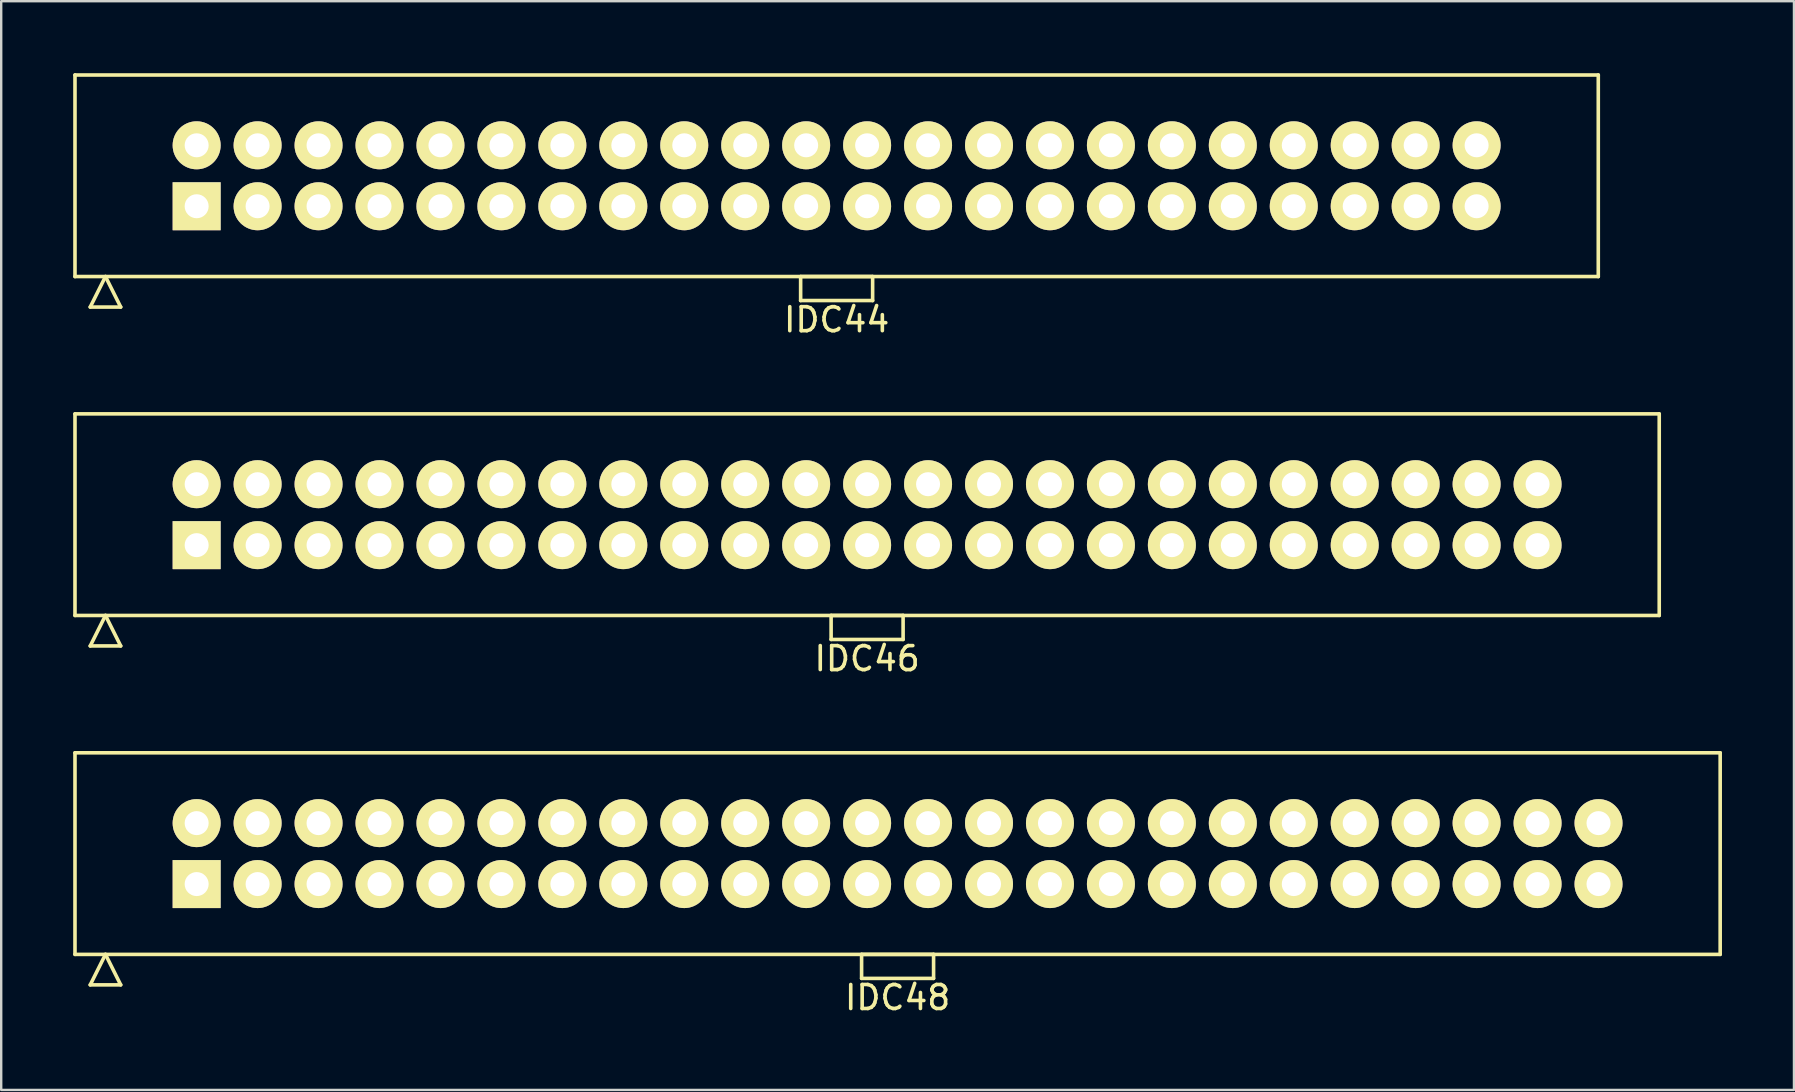
<source format=kicad_pcb>
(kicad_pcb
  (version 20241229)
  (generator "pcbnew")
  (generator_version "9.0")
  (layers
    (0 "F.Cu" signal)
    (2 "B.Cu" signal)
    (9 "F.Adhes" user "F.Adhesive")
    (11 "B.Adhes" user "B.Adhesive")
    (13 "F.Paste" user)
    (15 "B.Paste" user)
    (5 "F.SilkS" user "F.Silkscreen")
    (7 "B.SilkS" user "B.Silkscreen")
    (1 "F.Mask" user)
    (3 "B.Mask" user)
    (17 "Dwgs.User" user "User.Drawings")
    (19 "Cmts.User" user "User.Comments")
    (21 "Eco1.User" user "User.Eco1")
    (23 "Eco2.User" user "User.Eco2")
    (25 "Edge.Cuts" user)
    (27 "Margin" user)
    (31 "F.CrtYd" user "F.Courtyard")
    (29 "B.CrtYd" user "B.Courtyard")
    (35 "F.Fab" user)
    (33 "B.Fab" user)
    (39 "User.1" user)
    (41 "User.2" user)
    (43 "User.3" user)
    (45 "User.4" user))
  (footprint "IDC46"
    (layer "F.Cu")
    (at 33.085 18.398)
    (property "Reference" "IDC46" (at 0 6 0) (layer "F.SilkS") (effects (font (size 1 1) (thickness 0.15))))
    (attr through_hole)
    (fp_line (start -33.01 -4.2) (end -33.01 4.2) (stroke (width 0.15) (type solid)) (layer "F.SilkS"))
    (fp_line (start -33.01 4.2) (end 33.01 4.2) (stroke (width 0.15) (type solid)) (layer "F.SilkS"))
    (fp_line (start -32.375 5.47) (end -31.74 4.2) (stroke (width 0.15) (type solid)) (layer "F.SilkS"))
    (fp_line (start -32.375 5.47) (end -31.105 5.47) (stroke (width 0.15) (type solid)) (layer "F.SilkS"))
    (fp_line (start -31.105 5.47) (end -31.74 4.2) (stroke (width 0.15) (type solid)) (layer "F.SilkS"))
    (fp_line (start -1.5 4.2) (end -1.5 5.2) (stroke (width 0.15) (type solid)) (layer "F.SilkS"))
    (fp_line (start -1.5 5.2) (end 1.5 5.2) (stroke (width 0.15) (type solid)) (layer "F.SilkS"))
    (fp_line (start 1.5 4.2) (end -1.5 4.2) (stroke (width 0.15) (type solid)) (layer "F.SilkS"))
    (fp_line (start 1.5 5.2) (end 1.5 4.2) (stroke (width 0.15) (type solid)) (layer "F.SilkS"))
    (fp_line (start 33.01 -4.2) (end -33.01 -4.2) (stroke (width 0.15) (type solid)) (layer "F.SilkS"))
    (fp_line (start 33.01 4.2) (end 33.01 -4.2) (stroke (width 0.15) (type solid)) (layer "F.SilkS"))
    (pad "1" thru_hole rect (at -27.94 1.27) (size 2 2) (drill 1) (layers "*.Cu" "*.Mask" "F.SilkS"))
    (pad "2" thru_hole circle (at -27.94 -1.27) (size 2 2) (drill 1) (layers "*.Cu" "*.Mask" "F.SilkS"))
    (pad "3" thru_hole circle (at -25.4 1.27) (size 2 2) (drill 1) (layers "*.Cu" "*.Mask" "F.SilkS"))
    (pad "4" thru_hole circle (at -25.4 -1.27) (size 2 2) (drill 1) (layers "*.Cu" "*.Mask" "F.SilkS"))
    (pad "5" thru_hole circle (at -22.86 1.27) (size 2 2) (drill 1) (layers "*.Cu" "*.Mask" "F.SilkS"))
    (pad "6" thru_hole circle (at -22.86 -1.27) (size 2 2) (drill 1) (layers "*.Cu" "*.Mask" "F.SilkS"))
    (pad "7" thru_hole circle (at -20.32 1.27) (size 2 2) (drill 1) (layers "*.Cu" "*.Mask" "F.SilkS"))
    (pad "8" thru_hole circle (at -20.32 -1.27) (size 2 2) (drill 1) (layers "*.Cu" "*.Mask" "F.SilkS"))
    (pad "9" thru_hole circle (at -17.78 1.27) (size 2 2) (drill 1) (layers "*.Cu" "*.Mask" "F.SilkS"))
    (pad "10" thru_hole circle (at -17.78 -1.27) (size 2 2) (drill 1) (layers "*.Cu" "*.Mask" "F.SilkS"))
    (pad "11" thru_hole circle (at -15.24 1.27) (size 2 2) (drill 1) (layers "*.Cu" "*.Mask" "F.SilkS"))
    (pad "12" thru_hole circle (at -15.24 -1.27) (size 2 2) (drill 1) (layers "*.Cu" "*.Mask" "F.SilkS"))
    (pad "13" thru_hole circle (at -12.7 1.27) (size 2 2) (drill 1) (layers "*.Cu" "*.Mask" "F.SilkS"))
    (pad "14" thru_hole circle (at -12.7 -1.27) (size 2 2) (drill 1) (layers "*.Cu" "*.Mask" "F.SilkS"))
    (pad "15" thru_hole circle (at -10.16 1.27) (size 2 2) (drill 1) (layers "*.Cu" "*.Mask" "F.SilkS"))
    (pad "16" thru_hole circle (at -10.16 -1.27) (size 2 2) (drill 1) (layers "*.Cu" "*.Mask" "F.SilkS"))
    (pad "17" thru_hole circle (at -7.62 1.27) (size 2 2) (drill 1) (layers "*.Cu" "*.Mask" "F.SilkS"))
    (pad "18" thru_hole circle (at -7.62 -1.27) (size 2 2) (drill 1) (layers "*.Cu" "*.Mask" "F.SilkS"))
    (pad "19" thru_hole circle (at -5.08 1.27) (size 2 2) (drill 1) (layers "*.Cu" "*.Mask" "F.SilkS"))
    (pad "20" thru_hole circle (at -5.08 -1.27) (size 2 2) (drill 1) (layers "*.Cu" "*.Mask" "F.SilkS"))
    (pad "21" thru_hole circle (at -2.54 1.27) (size 2 2) (drill 1) (layers "*.Cu" "*.Mask" "F.SilkS"))
    (pad "22" thru_hole circle (at -2.54 -1.27) (size 2 2) (drill 1) (layers "*.Cu" "*.Mask" "F.SilkS"))
    (pad "23" thru_hole circle (at 0 1.27) (size 2 2) (drill 1) (layers "*.Cu" "*.Mask" "F.SilkS"))
    (pad "24" thru_hole circle (at 0 -1.27) (size 2 2) (drill 1) (layers "*.Cu" "*.Mask" "F.SilkS"))
    (pad "25" thru_hole circle (at 2.54 1.27) (size 2 2) (drill 1) (layers "*.Cu" "*.Mask" "F.SilkS"))
    (pad "26" thru_hole circle (at 2.54 -1.27) (size 2 2) (drill 1) (layers "*.Cu" "*.Mask" "F.SilkS"))
    (pad "27" thru_hole circle (at 5.08 1.27) (size 2 2) (drill 1) (layers "*.Cu" "*.Mask" "F.SilkS"))
    (pad "28" thru_hole circle (at 5.08 -1.27) (size 2 2) (drill 1) (layers "*.Cu" "*.Mask" "F.SilkS"))
    (pad "29" thru_hole circle (at 7.62 1.27) (size 2 2) (drill 1) (layers "*.Cu" "*.Mask" "F.SilkS"))
    (pad "30" thru_hole circle (at 7.62 -1.27) (size 2 2) (drill 1) (layers "*.Cu" "*.Mask" "F.SilkS"))
    (pad "31" thru_hole circle (at 10.16 1.27) (size 2 2) (drill 1) (layers "*.Cu" "*.Mask" "F.SilkS"))
    (pad "32" thru_hole circle (at 10.16 -1.27) (size 2 2) (drill 1) (layers "*.Cu" "*.Mask" "F.SilkS"))
    (pad "33" thru_hole circle (at 12.7 1.27) (size 2 2) (drill 1) (layers "*.Cu" "*.Mask" "F.SilkS"))
    (pad "34" thru_hole circle (at 12.7 -1.27) (size 2 2) (drill 1) (layers "*.Cu" "*.Mask" "F.SilkS"))
    (pad "35" thru_hole circle (at 15.24 1.27) (size 2 2) (drill 1) (layers "*.Cu" "*.Mask" "F.SilkS"))
    (pad "36" thru_hole circle (at 15.24 -1.27) (size 2 2) (drill 1) (layers "*.Cu" "*.Mask" "F.SilkS"))
    (pad "37" thru_hole circle (at 17.78 1.27) (size 2 2) (drill 1) (layers "*.Cu" "*.Mask" "F.SilkS"))
    (pad "38" thru_hole circle (at 17.78 -1.27) (size 2 2) (drill 1) (layers "*.Cu" "*.Mask" "F.SilkS"))
    (pad "39" thru_hole circle (at 20.32 1.27) (size 2 2) (drill 1) (layers "*.Cu" "*.Mask" "F.SilkS"))
    (pad "40" thru_hole circle (at 20.32 -1.27) (size 2 2) (drill 1) (layers "*.Cu" "*.Mask" "F.SilkS"))
    (pad "41" thru_hole circle (at 22.86 1.27) (size 2 2) (drill 1) (layers "*.Cu" "*.Mask" "F.SilkS"))
    (pad "42" thru_hole circle (at 22.86 -1.27) (size 2 2) (drill 1) (layers "*.Cu" "*.Mask" "F.SilkS"))
    (pad "43" thru_hole circle (at 25.4 1.27) (size 2 2) (drill 1) (layers "*.Cu" "*.Mask" "F.SilkS"))
    (pad "44" thru_hole circle (at 25.4 -1.27) (size 2 2) (drill 1) (layers "*.Cu" "*.Mask" "F.SilkS"))
    (pad "45" thru_hole circle (at 27.94 1.27) (size 2 2) (drill 1) (layers "*.Cu" "*.Mask" "F.SilkS"))
    (pad "46" thru_hole circle (at 27.94 -1.27) (size 2 2) (drill 1) (layers "*.Cu" "*.Mask" "F.SilkS")))
  (footprint "IDC48"
    (layer "F.Cu")
    (at 34.355 32.522)
    (property "Reference" "IDC48" (at 0 6 0) (layer "F.SilkS") (effects (font (size 1 1) (thickness 0.15))))
    (attr through_hole)
    (fp_line (start -34.28 -4.2) (end -34.28 4.2) (stroke (width 0.15) (type solid)) (layer "F.SilkS"))
    (fp_line (start -34.28 4.2) (end 34.28 4.2) (stroke (width 0.15) (type solid)) (layer "F.SilkS"))
    (fp_line (start -33.645 5.47) (end -33.01 4.2) (stroke (width 0.15) (type solid)) (layer "F.SilkS"))
    (fp_line (start -33.645 5.47) (end -32.375 5.47) (stroke (width 0.15) (type solid)) (layer "F.SilkS"))
    (fp_line (start -32.375 5.47) (end -33.01 4.2) (stroke (width 0.15) (type solid)) (layer "F.SilkS"))
    (fp_line (start -1.5 4.2) (end -1.5 5.2) (stroke (width 0.15) (type solid)) (layer "F.SilkS"))
    (fp_line (start -1.5 5.2) (end 1.5 5.2) (stroke (width 0.15) (type solid)) (layer "F.SilkS"))
    (fp_line (start 1.5 4.2) (end -1.5 4.2) (stroke (width 0.15) (type solid)) (layer "F.SilkS"))
    (fp_line (start 1.5 5.2) (end 1.5 4.2) (stroke (width 0.15) (type solid)) (layer "F.SilkS"))
    (fp_line (start 34.28 -4.2) (end -34.28 -4.2) (stroke (width 0.15) (type solid)) (layer "F.SilkS"))
    (fp_line (start 34.28 4.2) (end 34.28 -4.2) (stroke (width 0.15) (type solid)) (layer "F.SilkS"))
    (pad "1" thru_hole rect (at -29.21 1.27) (size 2 2) (drill 1) (layers "*.Cu" "*.Mask" "F.SilkS"))
    (pad "2" thru_hole circle (at -29.21 -1.27) (size 2 2) (drill 1) (layers "*.Cu" "*.Mask" "F.SilkS"))
    (pad "3" thru_hole circle (at -26.67 1.27) (size 2 2) (drill 1) (layers "*.Cu" "*.Mask" "F.SilkS"))
    (pad "4" thru_hole circle (at -26.67 -1.27) (size 2 2) (drill 1) (layers "*.Cu" "*.Mask" "F.SilkS"))
    (pad "5" thru_hole circle (at -24.13 1.27) (size 2 2) (drill 1) (layers "*.Cu" "*.Mask" "F.SilkS"))
    (pad "6" thru_hole circle (at -24.13 -1.27) (size 2 2) (drill 1) (layers "*.Cu" "*.Mask" "F.SilkS"))
    (pad "7" thru_hole circle (at -21.59 1.27) (size 2 2) (drill 1) (layers "*.Cu" "*.Mask" "F.SilkS"))
    (pad "8" thru_hole circle (at -21.59 -1.27) (size 2 2) (drill 1) (layers "*.Cu" "*.Mask" "F.SilkS"))
    (pad "9" thru_hole circle (at -19.05 1.27) (size 2 2) (drill 1) (layers "*.Cu" "*.Mask" "F.SilkS"))
    (pad "10" thru_hole circle (at -19.05 -1.27) (size 2 2) (drill 1) (layers "*.Cu" "*.Mask" "F.SilkS"))
    (pad "11" thru_hole circle (at -16.51 1.27) (size 2 2) (drill 1) (layers "*.Cu" "*.Mask" "F.SilkS"))
    (pad "12" thru_hole circle (at -16.51 -1.27) (size 2 2) (drill 1) (layers "*.Cu" "*.Mask" "F.SilkS"))
    (pad "13" thru_hole circle (at -13.97 1.27) (size 2 2) (drill 1) (layers "*.Cu" "*.Mask" "F.SilkS"))
    (pad "14" thru_hole circle (at -13.97 -1.27) (size 2 2) (drill 1) (layers "*.Cu" "*.Mask" "F.SilkS"))
    (pad "15" thru_hole circle (at -11.43 1.27) (size 2 2) (drill 1) (layers "*.Cu" "*.Mask" "F.SilkS"))
    (pad "16" thru_hole circle (at -11.43 -1.27) (size 2 2) (drill 1) (layers "*.Cu" "*.Mask" "F.SilkS"))
    (pad "17" thru_hole circle (at -8.89 1.27) (size 2 2) (drill 1) (layers "*.Cu" "*.Mask" "F.SilkS"))
    (pad "18" thru_hole circle (at -8.89 -1.27) (size 2 2) (drill 1) (layers "*.Cu" "*.Mask" "F.SilkS"))
    (pad "19" thru_hole circle (at -6.35 1.27) (size 2 2) (drill 1) (layers "*.Cu" "*.Mask" "F.SilkS"))
    (pad "20" thru_hole circle (at -6.35 -1.27) (size 2 2) (drill 1) (layers "*.Cu" "*.Mask" "F.SilkS"))
    (pad "21" thru_hole circle (at -3.81 1.27) (size 2 2) (drill 1) (layers "*.Cu" "*.Mask" "F.SilkS"))
    (pad "22" thru_hole circle (at -3.81 -1.27) (size 2 2) (drill 1) (layers "*.Cu" "*.Mask" "F.SilkS"))
    (pad "23" thru_hole circle (at -1.27 1.27) (size 2 2) (drill 1) (layers "*.Cu" "*.Mask" "F.SilkS"))
    (pad "24" thru_hole circle (at -1.27 -1.27) (size 2 2) (drill 1) (layers "*.Cu" "*.Mask" "F.SilkS"))
    (pad "25" thru_hole circle (at 1.27 1.27) (size 2 2) (drill 1) (layers "*.Cu" "*.Mask" "F.SilkS"))
    (pad "26" thru_hole circle (at 1.27 -1.27) (size 2 2) (drill 1) (layers "*.Cu" "*.Mask" "F.SilkS"))
    (pad "27" thru_hole circle (at 3.81 1.27) (size 2 2) (drill 1) (layers "*.Cu" "*.Mask" "F.SilkS"))
    (pad "28" thru_hole circle (at 3.81 -1.27) (size 2 2) (drill 1) (layers "*.Cu" "*.Mask" "F.SilkS"))
    (pad "29" thru_hole circle (at 6.35 1.27) (size 2 2) (drill 1) (layers "*.Cu" "*.Mask" "F.SilkS"))
    (pad "30" thru_hole circle (at 6.35 -1.27) (size 2 2) (drill 1) (layers "*.Cu" "*.Mask" "F.SilkS"))
    (pad "31" thru_hole circle (at 8.89 1.27) (size 2 2) (drill 1) (layers "*.Cu" "*.Mask" "F.SilkS"))
    (pad "32" thru_hole circle (at 8.89 -1.27) (size 2 2) (drill 1) (layers "*.Cu" "*.Mask" "F.SilkS"))
    (pad "33" thru_hole circle (at 11.43 1.27) (size 2 2) (drill 1) (layers "*.Cu" "*.Mask" "F.SilkS"))
    (pad "34" thru_hole circle (at 11.43 -1.27) (size 2 2) (drill 1) (layers "*.Cu" "*.Mask" "F.SilkS"))
    (pad "35" thru_hole circle (at 13.97 1.27) (size 2 2) (drill 1) (layers "*.Cu" "*.Mask" "F.SilkS"))
    (pad "36" thru_hole circle (at 13.97 -1.27) (size 2 2) (drill 1) (layers "*.Cu" "*.Mask" "F.SilkS"))
    (pad "37" thru_hole circle (at 16.51 1.27) (size 2 2) (drill 1) (layers "*.Cu" "*.Mask" "F.SilkS"))
    (pad "38" thru_hole circle (at 16.51 -1.27) (size 2 2) (drill 1) (layers "*.Cu" "*.Mask" "F.SilkS"))
    (pad "39" thru_hole circle (at 19.05 1.27) (size 2 2) (drill 1) (layers "*.Cu" "*.Mask" "F.SilkS"))
    (pad "40" thru_hole circle (at 19.05 -1.27) (size 2 2) (drill 1) (layers "*.Cu" "*.Mask" "F.SilkS"))
    (pad "41" thru_hole circle (at 21.59 1.27) (size 2 2) (drill 1) (layers "*.Cu" "*.Mask" "F.SilkS"))
    (pad "42" thru_hole circle (at 21.59 -1.27) (size 2 2) (drill 1) (layers "*.Cu" "*.Mask" "F.SilkS"))
    (pad "43" thru_hole circle (at 24.13 1.27) (size 2 2) (drill 1) (layers "*.Cu" "*.Mask" "F.SilkS"))
    (pad "44" thru_hole circle (at 24.13 -1.27) (size 2 2) (drill 1) (layers "*.Cu" "*.Mask" "F.SilkS"))
    (pad "45" thru_hole circle (at 26.67 1.27) (size 2 2) (drill 1) (layers "*.Cu" "*.Mask" "F.SilkS"))
    (pad "46" thru_hole circle (at 26.67 -1.27) (size 2 2) (drill 1) (layers "*.Cu" "*.Mask" "F.SilkS"))
    (pad "47" thru_hole circle (at 29.21 1.27) (size 2 2) (drill 1) (layers "*.Cu" "*.Mask" "F.SilkS"))
    (pad "48" thru_hole circle (at 29.21 -1.27) (size 2 2) (drill 1) (layers "*.Cu" "*.Mask" "F.SilkS")))
  (footprint "IDC44"
    (layer "F.Cu")
    (at 31.815 4.275)
    (property "Reference" "IDC44" (at 0 6 0) (layer "F.SilkS") (effects (font (size 1 1) (thickness 0.15))))
    (attr through_hole)
    (fp_line (start -31.74 -4.2) (end -31.74 4.2) (stroke (width 0.15) (type solid)) (layer "F.SilkS"))
    (fp_line (start -31.74 4.2) (end 31.74 4.2) (stroke (width 0.15) (type solid)) (layer "F.SilkS"))
    (fp_line (start -31.105 5.47) (end -30.47 4.2) (stroke (width 0.15) (type solid)) (layer "F.SilkS"))
    (fp_line (start -31.105 5.47) (end -29.835 5.47) (stroke (width 0.15) (type solid)) (layer "F.SilkS"))
    (fp_line (start -29.835 5.47) (end -30.47 4.2) (stroke (width 0.15) (type solid)) (layer "F.SilkS"))
    (fp_line (start -1.5 4.2) (end -1.5 5.2) (stroke (width 0.15) (type solid)) (layer "F.SilkS"))
    (fp_line (start -1.5 5.2) (end 1.5 5.2) (stroke (width 0.15) (type solid)) (layer "F.SilkS"))
    (fp_line (start 1.5 4.2) (end -1.5 4.2) (stroke (width 0.15) (type solid)) (layer "F.SilkS"))
    (fp_line (start 1.5 5.2) (end 1.5 4.2) (stroke (width 0.15) (type solid)) (layer "F.SilkS"))
    (fp_line (start 31.74 -4.2) (end -31.74 -4.2) (stroke (width 0.15) (type solid)) (layer "F.SilkS"))
    (fp_line (start 31.74 4.2) (end 31.74 -4.2) (stroke (width 0.15) (type solid)) (layer "F.SilkS"))
    (pad "1" thru_hole rect (at -26.67 1.27) (size 2 2) (drill 1) (layers "*.Cu" "*.Mask" "F.SilkS"))
    (pad "2" thru_hole circle (at -26.67 -1.27) (size 2 2) (drill 1) (layers "*.Cu" "*.Mask" "F.SilkS"))
    (pad "3" thru_hole circle (at -24.13 1.27) (size 2 2) (drill 1) (layers "*.Cu" "*.Mask" "F.SilkS"))
    (pad "4" thru_hole circle (at -24.13 -1.27) (size 2 2) (drill 1) (layers "*.Cu" "*.Mask" "F.SilkS"))
    (pad "5" thru_hole circle (at -21.59 1.27) (size 2 2) (drill 1) (layers "*.Cu" "*.Mask" "F.SilkS"))
    (pad "6" thru_hole circle (at -21.59 -1.27) (size 2 2) (drill 1) (layers "*.Cu" "*.Mask" "F.SilkS"))
    (pad "7" thru_hole circle (at -19.05 1.27) (size 2 2) (drill 1) (layers "*.Cu" "*.Mask" "F.SilkS"))
    (pad "8" thru_hole circle (at -19.05 -1.27) (size 2 2) (drill 1) (layers "*.Cu" "*.Mask" "F.SilkS"))
    (pad "9" thru_hole circle (at -16.51 1.27) (size 2 2) (drill 1) (layers "*.Cu" "*.Mask" "F.SilkS"))
    (pad "10" thru_hole circle (at -16.51 -1.27) (size 2 2) (drill 1) (layers "*.Cu" "*.Mask" "F.SilkS"))
    (pad "11" thru_hole circle (at -13.97 1.27) (size 2 2) (drill 1) (layers "*.Cu" "*.Mask" "F.SilkS"))
    (pad "12" thru_hole circle (at -13.97 -1.27) (size 2 2) (drill 1) (layers "*.Cu" "*.Mask" "F.SilkS"))
    (pad "13" thru_hole circle (at -11.43 1.27) (size 2 2) (drill 1) (layers "*.Cu" "*.Mask" "F.SilkS"))
    (pad "14" thru_hole circle (at -11.43 -1.27) (size 2 2) (drill 1) (layers "*.Cu" "*.Mask" "F.SilkS"))
    (pad "15" thru_hole circle (at -8.89 1.27) (size 2 2) (drill 1) (layers "*.Cu" "*.Mask" "F.SilkS"))
    (pad "16" thru_hole circle (at -8.89 -1.27) (size 2 2) (drill 1) (layers "*.Cu" "*.Mask" "F.SilkS"))
    (pad "17" thru_hole circle (at -6.35 1.27) (size 2 2) (drill 1) (layers "*.Cu" "*.Mask" "F.SilkS"))
    (pad "18" thru_hole circle (at -6.35 -1.27) (size 2 2) (drill 1) (layers "*.Cu" "*.Mask" "F.SilkS"))
    (pad "19" thru_hole circle (at -3.81 1.27) (size 2 2) (drill 1) (layers "*.Cu" "*.Mask" "F.SilkS"))
    (pad "20" thru_hole circle (at -3.81 -1.27) (size 2 2) (drill 1) (layers "*.Cu" "*.Mask" "F.SilkS"))
    (pad "21" thru_hole circle (at -1.27 1.27) (size 2 2) (drill 1) (layers "*.Cu" "*.Mask" "F.SilkS"))
    (pad "22" thru_hole circle (at -1.27 -1.27) (size 2 2) (drill 1) (layers "*.Cu" "*.Mask" "F.SilkS"))
    (pad "23" thru_hole circle (at 1.27 1.27) (size 2 2) (drill 1) (layers "*.Cu" "*.Mask" "F.SilkS"))
    (pad "24" thru_hole circle (at 1.27 -1.27) (size 2 2) (drill 1) (layers "*.Cu" "*.Mask" "F.SilkS"))
    (pad "25" thru_hole circle (at 3.81 1.27) (size 2 2) (drill 1) (layers "*.Cu" "*.Mask" "F.SilkS"))
    (pad "26" thru_hole circle (at 3.81 -1.27) (size 2 2) (drill 1) (layers "*.Cu" "*.Mask" "F.SilkS"))
    (pad "27" thru_hole circle (at 6.35 1.27) (size 2 2) (drill 1) (layers "*.Cu" "*.Mask" "F.SilkS"))
    (pad "28" thru_hole circle (at 6.35 -1.27) (size 2 2) (drill 1) (layers "*.Cu" "*.Mask" "F.SilkS"))
    (pad "29" thru_hole circle (at 8.89 1.27) (size 2 2) (drill 1) (layers "*.Cu" "*.Mask" "F.SilkS"))
    (pad "30" thru_hole circle (at 8.89 -1.27) (size 2 2) (drill 1) (layers "*.Cu" "*.Mask" "F.SilkS"))
    (pad "31" thru_hole circle (at 11.43 1.27) (size 2 2) (drill 1) (layers "*.Cu" "*.Mask" "F.SilkS"))
    (pad "32" thru_hole circle (at 11.43 -1.27) (size 2 2) (drill 1) (layers "*.Cu" "*.Mask" "F.SilkS"))
    (pad "33" thru_hole circle (at 13.97 1.27) (size 2 2) (drill 1) (layers "*.Cu" "*.Mask" "F.SilkS"))
    (pad "34" thru_hole circle (at 13.97 -1.27) (size 2 2) (drill 1) (layers "*.Cu" "*.Mask" "F.SilkS"))
    (pad "35" thru_hole circle (at 16.51 1.27) (size 2 2) (drill 1) (layers "*.Cu" "*.Mask" "F.SilkS"))
    (pad "36" thru_hole circle (at 16.51 -1.27) (size 2 2) (drill 1) (layers "*.Cu" "*.Mask" "F.SilkS"))
    (pad "37" thru_hole circle (at 19.05 1.27) (size 2 2) (drill 1) (layers "*.Cu" "*.Mask" "F.SilkS"))
    (pad "38" thru_hole circle (at 19.05 -1.27) (size 2 2) (drill 1) (layers "*.Cu" "*.Mask" "F.SilkS"))
    (pad "39" thru_hole circle (at 21.59 1.27) (size 2 2) (drill 1) (layers "*.Cu" "*.Mask" "F.SilkS"))
    (pad "40" thru_hole circle (at 21.59 -1.27) (size 2 2) (drill 1) (layers "*.Cu" "*.Mask" "F.SilkS"))
    (pad "41" thru_hole circle (at 24.13 1.27) (size 2 2) (drill 1) (layers "*.Cu" "*.Mask" "F.SilkS"))
    (pad "42" thru_hole circle (at 24.13 -1.27) (size 2 2) (drill 1) (layers "*.Cu" "*.Mask" "F.SilkS"))
    (pad "43" thru_hole circle (at 26.67 1.27) (size 2 2) (drill 1) (layers "*.Cu" "*.Mask" "F.SilkS"))
    (pad "44" thru_hole circle (at 26.67 -1.27) (size 2 2) (drill 1) (layers "*.Cu" "*.Mask" "F.SilkS")))
  (gr_rect
    (start -3 -3)
    (end 71.71 42.37)
    (stroke (width 0.1) (type default))
    (fill no)
    (layer "Edge.Cuts")))
</source>
